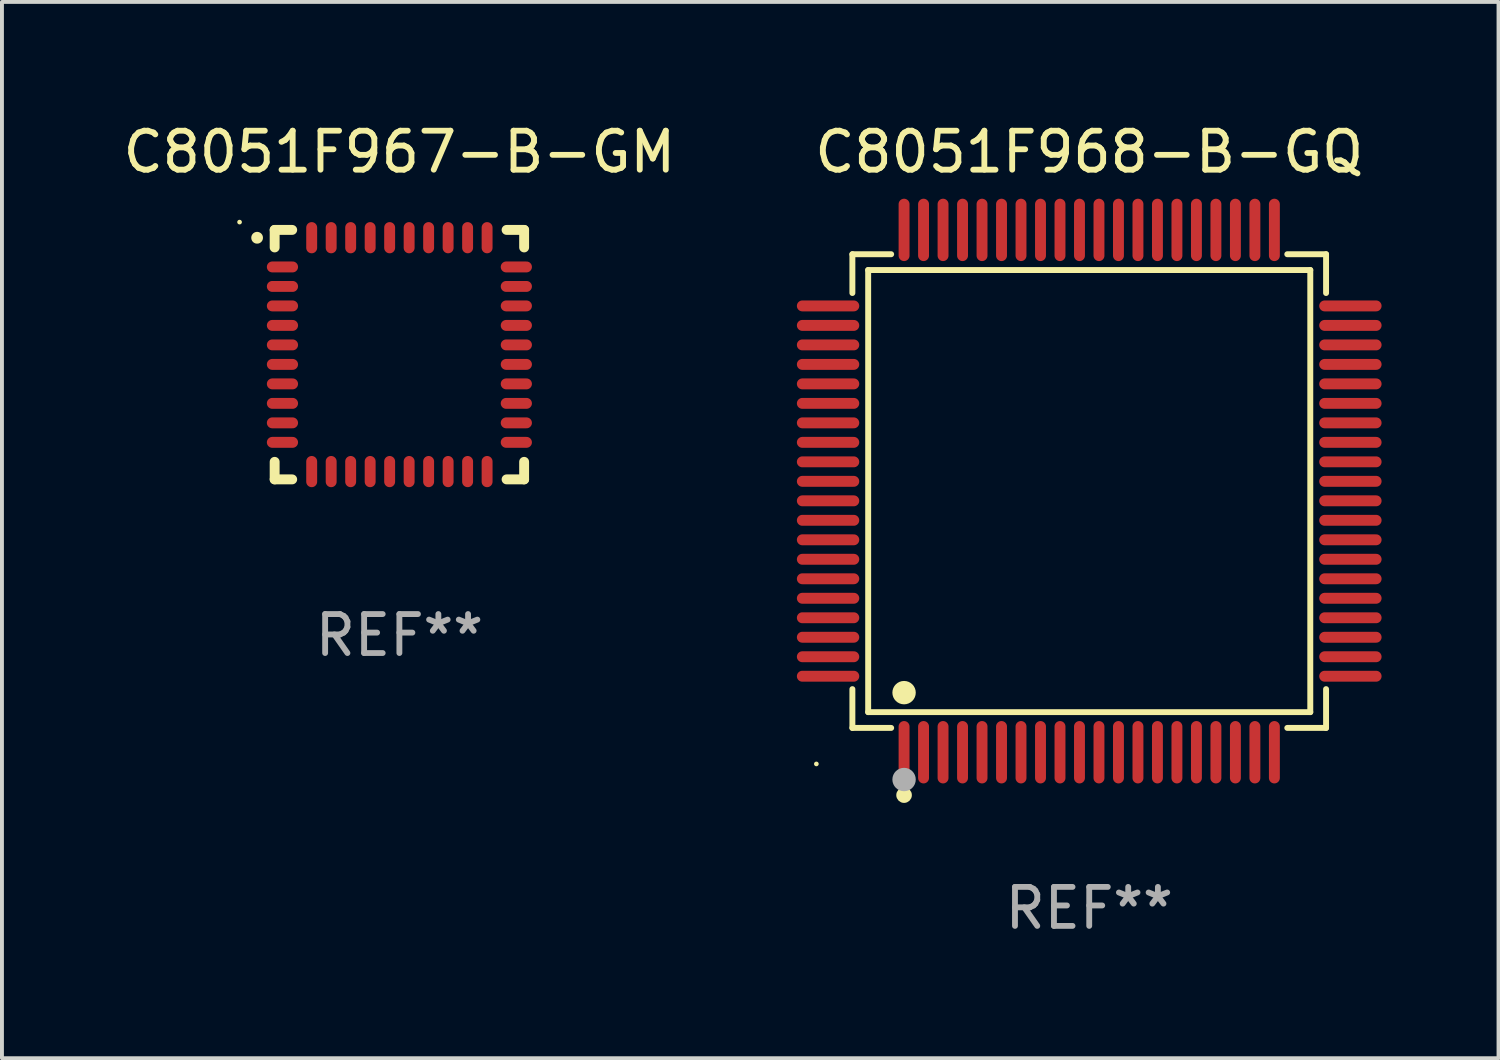
<source format=kicad_pcb>
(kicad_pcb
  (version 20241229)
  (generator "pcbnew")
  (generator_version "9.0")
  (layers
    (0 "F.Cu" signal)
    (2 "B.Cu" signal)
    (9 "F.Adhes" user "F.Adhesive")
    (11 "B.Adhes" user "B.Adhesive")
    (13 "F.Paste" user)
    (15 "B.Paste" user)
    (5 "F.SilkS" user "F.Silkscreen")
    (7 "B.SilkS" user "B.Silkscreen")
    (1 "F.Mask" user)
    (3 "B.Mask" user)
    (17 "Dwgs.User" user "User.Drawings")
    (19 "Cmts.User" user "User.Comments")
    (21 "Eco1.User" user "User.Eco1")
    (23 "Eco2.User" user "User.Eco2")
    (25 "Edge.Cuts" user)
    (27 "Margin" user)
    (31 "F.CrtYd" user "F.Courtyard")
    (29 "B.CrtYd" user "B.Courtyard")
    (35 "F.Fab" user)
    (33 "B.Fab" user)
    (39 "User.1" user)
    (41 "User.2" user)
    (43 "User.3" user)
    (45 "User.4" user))
  (footprint "C8051F968-B-GQ"
    (layer "F.Cu")
    (at 24.893 9.548)
    (property "Reference" "C8051F968-B-GQ" (at 0 -8.7 0) (layer "F.SilkS") (effects (font (size 1 1) (thickness 0.15))))
    (attr through_hole)
    (fp_line (start -6.076 -6.076) (end -5.081 -6.076) (stroke (width 0.152) (type solid)) (layer "F.SilkS"))
    (fp_line (start -6.076 -5.081) (end -6.076 -6.076) (stroke (width 0.152) (type solid)) (layer "F.SilkS"))
    (fp_line (start -6.076 5.081) (end -6.076 6.076) (stroke (width 0.152) (type solid)) (layer "F.SilkS"))
    (fp_line (start -6.076 6.076) (end -5.081 6.076) (stroke (width 0.152) (type solid)) (layer "F.SilkS"))
    (fp_line (start -5.671 -5.671) (end 5.671 -5.671) (stroke (width 0.152) (type solid)) (layer "F.SilkS"))
    (fp_line (start -5.671 5.671) (end -5.671 -5.671) (stroke (width 0.152) (type solid)) (layer "F.SilkS"))
    (fp_line (start 5.671 -5.671) (end 5.671 5.671) (stroke (width 0.152) (type solid)) (layer "F.SilkS"))
    (fp_line (start 5.671 5.671) (end -5.671 5.671) (stroke (width 0.152) (type solid)) (layer "F.SilkS"))
    (fp_line (start 6.076 -6.076) (end 5.081 -6.076) (stroke (width 0.152) (type solid)) (layer "F.SilkS"))
    (fp_line (start 6.076 -5.081) (end 6.076 -6.076) (stroke (width 0.152) (type solid)) (layer "F.SilkS"))
    (fp_line (start 6.076 5.081) (end 6.076 6.076) (stroke (width 0.152) (type solid)) (layer "F.SilkS"))
    (fp_line (start 6.076 6.076) (end 5.081 6.076) (stroke (width 0.152) (type solid)) (layer "F.SilkS"))
    (fp_circle (center -7 7) (end -6.97 7) (stroke (width 0.06) (type solid)) (fill no) (layer "F.SilkS"))
    (fp_circle (center -4.75 5.171) (end -4.6 5.171) (stroke (width 0.3) (type solid)) (fill no) (layer "F.SilkS"))
    (fp_circle (center -4.75 7.8) (end -4.65 7.8) (stroke (width 0.2) (type solid)) (fill no) (layer "F.SilkS"))
    (fp_circle (center -4.75 7.4) (end -4.6 7.4) (stroke (width 0.3) (type solid)) (fill no) (layer "F.Fab"))
    (fp_text user "REF**" (at 0 10.7 0) (layer "F.Fab") (effects (font (size 1 1) (thickness 0.15))))
    (pad "1" smd oval (at -4.75 6.7) (size 0.28 1.6) (layers "F.Cu" "F.Mask" "F.Paste"))
    (pad "2" smd oval (at -4.25 6.7) (size 0.28 1.6) (layers "F.Cu" "F.Mask" "F.Paste"))
    (pad "3" smd oval (at -3.75 6.7) (size 0.28 1.6) (layers "F.Cu" "F.Mask" "F.Paste"))
    (pad "4" smd oval (at -3.25 6.7) (size 0.28 1.6) (layers "F.Cu" "F.Mask" "F.Paste"))
    (pad "5" smd oval (at -2.75 6.7) (size 0.28 1.6) (layers "F.Cu" "F.Mask" "F.Paste"))
    (pad "6" smd oval (at -2.25 6.7) (size 0.28 1.6) (layers "F.Cu" "F.Mask" "F.Paste"))
    (pad "7" smd oval (at -1.75 6.7) (size 0.28 1.6) (layers "F.Cu" "F.Mask" "F.Paste"))
    (pad "8" smd oval (at -1.25 6.7) (size 0.28 1.6) (layers "F.Cu" "F.Mask" "F.Paste"))
    (pad "9" smd oval (at -0.75 6.7) (size 0.28 1.6) (layers "F.Cu" "F.Mask" "F.Paste"))
    (pad "10" smd oval (at -0.25 6.7) (size 0.28 1.6) (layers "F.Cu" "F.Mask" "F.Paste"))
    (pad "11" smd oval (at 0.25 6.7) (size 0.28 1.6) (layers "F.Cu" "F.Mask" "F.Paste"))
    (pad "12" smd oval (at 0.75 6.7) (size 0.28 1.6) (layers "F.Cu" "F.Mask" "F.Paste"))
    (pad "13" smd oval (at 1.25 6.7) (size 0.28 1.6) (layers "F.Cu" "F.Mask" "F.Paste"))
    (pad "14" smd oval (at 1.75 6.7) (size 0.28 1.6) (layers "F.Cu" "F.Mask" "F.Paste"))
    (pad "15" smd oval (at 2.25 6.7) (size 0.28 1.6) (layers "F.Cu" "F.Mask" "F.Paste"))
    (pad "16" smd oval (at 2.75 6.7) (size 0.28 1.6) (layers "F.Cu" "F.Mask" "F.Paste"))
    (pad "17" smd oval (at 3.25 6.7) (size 0.28 1.6) (layers "F.Cu" "F.Mask" "F.Paste"))
    (pad "18" smd oval (at 3.75 6.7) (size 0.28 1.6) (layers "F.Cu" "F.Mask" "F.Paste"))
    (pad "19" smd oval (at 4.25 6.7) (size 0.28 1.6) (layers "F.Cu" "F.Mask" "F.Paste"))
    (pad "20" smd oval (at 4.75 6.7) (size 0.28 1.6) (layers "F.Cu" "F.Mask" "F.Paste"))
    (pad "21" smd oval (at 6.7 4.75) (size 1.6 0.28) (layers "F.Cu" "F.Mask" "F.Paste"))
    (pad "22" smd oval (at 6.7 4.25) (size 1.6 0.28) (layers "F.Cu" "F.Mask" "F.Paste"))
    (pad "23" smd oval (at 6.7 3.75) (size 1.6 0.28) (layers "F.Cu" "F.Mask" "F.Paste"))
    (pad "24" smd oval (at 6.7 3.25) (size 1.6 0.28) (layers "F.Cu" "F.Mask" "F.Paste"))
    (pad "25" smd oval (at 6.7 2.75) (size 1.6 0.28) (layers "F.Cu" "F.Mask" "F.Paste"))
    (pad "26" smd oval (at 6.7 2.25) (size 1.6 0.28) (layers "F.Cu" "F.Mask" "F.Paste"))
    (pad "27" smd oval (at 6.7 1.75) (size 1.6 0.28) (layers "F.Cu" "F.Mask" "F.Paste"))
    (pad "28" smd oval (at 6.7 1.25) (size 1.6 0.28) (layers "F.Cu" "F.Mask" "F.Paste"))
    (pad "29" smd oval (at 6.7 0.75) (size 1.6 0.28) (layers "F.Cu" "F.Mask" "F.Paste"))
    (pad "30" smd oval (at 6.7 0.25) (size 1.6 0.28) (layers "F.Cu" "F.Mask" "F.Paste"))
    (pad "31" smd oval (at 6.7 -0.25) (size 1.6 0.28) (layers "F.Cu" "F.Mask" "F.Paste"))
    (pad "32" smd oval (at 6.7 -0.75) (size 1.6 0.28) (layers "F.Cu" "F.Mask" "F.Paste"))
    (pad "33" smd oval (at 6.7 -1.25) (size 1.6 0.28) (layers "F.Cu" "F.Mask" "F.Paste"))
    (pad "34" smd oval (at 6.7 -1.75) (size 1.6 0.28) (layers "F.Cu" "F.Mask" "F.Paste"))
    (pad "35" smd oval (at 6.7 -2.25) (size 1.6 0.28) (layers "F.Cu" "F.Mask" "F.Paste"))
    (pad "36" smd oval (at 6.7 -2.75) (size 1.6 0.28) (layers "F.Cu" "F.Mask" "F.Paste"))
    (pad "37" smd oval (at 6.7 -3.25) (size 1.6 0.28) (layers "F.Cu" "F.Mask" "F.Paste"))
    (pad "38" smd oval (at 6.7 -3.75) (size 1.6 0.28) (layers "F.Cu" "F.Mask" "F.Paste"))
    (pad "39" smd oval (at 6.7 -4.25) (size 1.6 0.28) (layers "F.Cu" "F.Mask" "F.Paste"))
    (pad "40" smd oval (at 6.7 -4.75) (size 1.6 0.28) (layers "F.Cu" "F.Mask" "F.Paste"))
    (pad "41" smd oval (at 4.75 -6.7) (size 0.28 1.6) (layers "F.Cu" "F.Mask" "F.Paste"))
    (pad "42" smd oval (at 4.25 -6.7) (size 0.28 1.6) (layers "F.Cu" "F.Mask" "F.Paste"))
    (pad "43" smd oval (at 3.75 -6.7) (size 0.28 1.6) (layers "F.Cu" "F.Mask" "F.Paste"))
    (pad "44" smd oval (at 3.25 -6.7) (size 0.28 1.6) (layers "F.Cu" "F.Mask" "F.Paste"))
    (pad "45" smd oval (at 2.75 -6.7) (size 0.28 1.6) (layers "F.Cu" "F.Mask" "F.Paste"))
    (pad "46" smd oval (at 2.25 -6.7) (size 0.28 1.6) (layers "F.Cu" "F.Mask" "F.Paste"))
    (pad "47" smd oval (at 1.75 -6.7) (size 0.28 1.6) (layers "F.Cu" "F.Mask" "F.Paste"))
    (pad "48" smd oval (at 1.25 -6.7) (size 0.28 1.6) (layers "F.Cu" "F.Mask" "F.Paste"))
    (pad "49" smd oval (at 0.75 -6.7) (size 0.28 1.6) (layers "F.Cu" "F.Mask" "F.Paste"))
    (pad "50" smd oval (at 0.25 -6.7) (size 0.28 1.6) (layers "F.Cu" "F.Mask" "F.Paste"))
    (pad "51" smd oval (at -0.25 -6.7) (size 0.28 1.6) (layers "F.Cu" "F.Mask" "F.Paste"))
    (pad "52" smd oval (at -0.75 -6.7) (size 0.28 1.6) (layers "F.Cu" "F.Mask" "F.Paste"))
    (pad "53" smd oval (at -1.25 -6.7) (size 0.28 1.6) (layers "F.Cu" "F.Mask" "F.Paste"))
    (pad "54" smd oval (at -1.75 -6.7) (size 0.28 1.6) (layers "F.Cu" "F.Mask" "F.Paste"))
    (pad "55" smd oval (at -2.25 -6.7) (size 0.28 1.6) (layers "F.Cu" "F.Mask" "F.Paste"))
    (pad "56" smd oval (at -2.75 -6.7) (size 0.28 1.6) (layers "F.Cu" "F.Mask" "F.Paste"))
    (pad "57" smd oval (at -3.25 -6.7) (size 0.28 1.6) (layers "F.Cu" "F.Mask" "F.Paste"))
    (pad "58" smd oval (at -3.75 -6.7) (size 0.28 1.6) (layers "F.Cu" "F.Mask" "F.Paste"))
    (pad "59" smd oval (at -4.25 -6.7) (size 0.28 1.6) (layers "F.Cu" "F.Mask" "F.Paste"))
    (pad "60" smd oval (at -4.75 -6.7) (size 0.28 1.6) (layers "F.Cu" "F.Mask" "F.Paste"))
    (pad "61" smd oval (at -6.7 -4.75) (size 1.6 0.28) (layers "F.Cu" "F.Mask" "F.Paste"))
    (pad "62" smd oval (at -6.7 -4.25) (size 1.6 0.28) (layers "F.Cu" "F.Mask" "F.Paste"))
    (pad "63" smd oval (at -6.7 -3.75) (size 1.6 0.28) (layers "F.Cu" "F.Mask" "F.Paste"))
    (pad "64" smd oval (at -6.7 -3.25) (size 1.6 0.28) (layers "F.Cu" "F.Mask" "F.Paste"))
    (pad "65" smd oval (at -6.7 -2.75) (size 1.6 0.28) (layers "F.Cu" "F.Mask" "F.Paste"))
    (pad "66" smd oval (at -6.7 -2.25) (size 1.6 0.28) (layers "F.Cu" "F.Mask" "F.Paste"))
    (pad "67" smd oval (at -6.7 -1.75) (size 1.6 0.28) (layers "F.Cu" "F.Mask" "F.Paste"))
    (pad "68" smd oval (at -6.7 -1.25) (size 1.6 0.28) (layers "F.Cu" "F.Mask" "F.Paste"))
    (pad "69" smd oval (at -6.7 -0.75) (size 1.6 0.28) (layers "F.Cu" "F.Mask" "F.Paste"))
    (pad "70" smd oval (at -6.7 -0.25) (size 1.6 0.28) (layers "F.Cu" "F.Mask" "F.Paste"))
    (pad "71" smd oval (at -6.7 0.25) (size 1.6 0.28) (layers "F.Cu" "F.Mask" "F.Paste"))
    (pad "72" smd oval (at -6.7 0.75) (size 1.6 0.28) (layers "F.Cu" "F.Mask" "F.Paste"))
    (pad "73" smd oval (at -6.7 1.25) (size 1.6 0.28) (layers "F.Cu" "F.Mask" "F.Paste"))
    (pad "74" smd oval (at -6.7 1.75) (size 1.6 0.28) (layers "F.Cu" "F.Mask" "F.Paste"))
    (pad "75" smd oval (at -6.7 2.25) (size 1.6 0.28) (layers "F.Cu" "F.Mask" "F.Paste"))
    (pad "76" smd oval (at -6.7 2.75) (size 1.6 0.28) (layers "F.Cu" "F.Mask" "F.Paste"))
    (pad "77" smd oval (at -6.7 3.25) (size 1.6 0.28) (layers "F.Cu" "F.Mask" "F.Paste"))
    (pad "78" smd oval (at -6.7 3.75) (size 1.6 0.28) (layers "F.Cu" "F.Mask" "F.Paste"))
    (pad "79" smd oval (at -6.7 4.25) (size 1.6 0.28) (layers "F.Cu" "F.Mask" "F.Paste"))
    (pad "80" smd oval (at -6.7 4.75) (size 1.6 0.28) (layers "F.Cu" "F.Mask" "F.Paste")))
  (footprint "C8051F967-B-GM"
    (layer "F.Cu")
    (at 7.196 6.048)
    (property "Reference" "C8051F967-B-GM" (at 0 -5.2 0) (layer "F.SilkS") (effects (font (size 1 1) (thickness 0.15))))
    (attr through_hole)
    (fp_line (start -3.2 -3.2) (end -2.75 -3.2) (stroke (width 0.254) (type solid)) (layer "F.SilkS"))
    (fp_line (start -3.2 -2.75) (end -3.2 -3.2) (stroke (width 0.254) (type solid)) (layer "F.SilkS"))
    (fp_line (start -3.2 3.2) (end -3.2 2.75) (stroke (width 0.254) (type solid)) (layer "F.SilkS"))
    (fp_line (start -2.75 3.2) (end -3.2 3.2) (stroke (width 0.254) (type solid)) (layer "F.SilkS"))
    (fp_line (start 2.75 3.2) (end 3.2 3.2) (stroke (width 0.254) (type solid)) (layer "F.SilkS"))
    (fp_line (start 3.2 -3.2) (end 2.75 -3.2) (stroke (width 0.254) (type solid)) (layer "F.SilkS"))
    (fp_line (start 3.2 -2.75) (end 3.2 -3.2) (stroke (width 0.254) (type solid)) (layer "F.SilkS"))
    (fp_line (start 3.2 3.2) (end 3.2 2.75) (stroke (width 0.254) (type solid)) (layer "F.SilkS"))
    (fp_arc (start -3.649987 -2.997206) (mid -3.649992 -2.998476) (end -3.649987 -2.999746) (stroke (width 0.3) (type solid)) (layer "F.SilkS"))
    (fp_circle (center -4.1 -3.4) (end -4.07 -3.4) (stroke (width 0.06) (type solid)) (fill no) (layer "F.SilkS"))
    (fp_text user "REF**" (at 0 7.2 0) (layer "F.Fab") (effects (font (size 1 1) (thickness 0.15))))
    (pad "1" smd oval (at -3 -2.25 90) (size 0.28 0.8) (layers "F.Cu" "F.Mask" "F.Paste"))
    (pad "2" smd oval (at -3 -1.75 90) (size 0.28 0.8) (layers "F.Cu" "F.Mask" "F.Paste"))
    (pad "3" smd oval (at -3 -1.25 90) (size 0.28 0.8) (layers "F.Cu" "F.Mask" "F.Paste"))
    (pad "4" smd oval (at -3 -0.75 90) (size 0.28 0.8) (layers "F.Cu" "F.Mask" "F.Paste"))
    (pad "5" smd oval (at -3 -0.25 90) (size 0.28 0.8) (layers "F.Cu" "F.Mask" "F.Paste"))
    (pad "6" smd oval (at -3 0.25 90) (size 0.28 0.8) (layers "F.Cu" "F.Mask" "F.Paste"))
    (pad "7" smd oval (at -3 0.75 90) (size 0.28 0.8) (layers "F.Cu" "F.Mask" "F.Paste"))
    (pad "8" smd oval (at -3 1.25 90) (size 0.28 0.8) (layers "F.Cu" "F.Mask" "F.Paste"))
    (pad "9" smd oval (at -3 1.75 90) (size 0.28 0.8) (layers "F.Cu" "F.Mask" "F.Paste"))
    (pad "10" smd oval (at -3 2.25 90) (size 0.28 0.8) (layers "F.Cu" "F.Mask" "F.Paste"))
    (pad "11" smd oval (at -2.25 3) (size 0.28 0.8) (layers "F.Cu" "F.Mask" "F.Paste"))
    (pad "12" smd oval (at -1.75 3) (size 0.28 0.8) (layers "F.Cu" "F.Mask" "F.Paste"))
    (pad "13" smd oval (at -1.25 3) (size 0.28 0.8) (layers "F.Cu" "F.Mask" "F.Paste"))
    (pad "14" smd oval (at -0.75 3) (size 0.28 0.8) (layers "F.Cu" "F.Mask" "F.Paste"))
    (pad "15" smd oval (at -0.25 3) (size 0.28 0.8) (layers "F.Cu" "F.Mask" "F.Paste"))
    (pad "16" smd oval (at 0.25 3) (size 0.28 0.8) (layers "F.Cu" "F.Mask" "F.Paste"))
    (pad "17" smd oval (at 0.75 3) (size 0.28 0.8) (layers "F.Cu" "F.Mask" "F.Paste"))
    (pad "18" smd oval (at 1.25 3) (size 0.28 0.8) (layers "F.Cu" "F.Mask" "F.Paste"))
    (pad "19" smd oval (at 1.75 3) (size 0.28 0.8) (layers "F.Cu" "F.Mask" "F.Paste"))
    (pad "20" smd oval (at 2.25 3) (size 0.28 0.8) (layers "F.Cu" "F.Mask" "F.Paste"))
    (pad "21" smd oval (at 3 2.25 90) (size 0.28 0.8) (layers "F.Cu" "F.Mask" "F.Paste"))
    (pad "22" smd oval (at 3 1.75 90) (size 0.28 0.8) (layers "F.Cu" "F.Mask" "F.Paste"))
    (pad "23" smd oval (at 3 1.25 90) (size 0.28 0.8) (layers "F.Cu" "F.Mask" "F.Paste"))
    (pad "24" smd oval (at 3 0.75 90) (size 0.28 0.8) (layers "F.Cu" "F.Mask" "F.Paste"))
    (pad "25" smd oval (at 3 0.25 90) (size 0.28 0.8) (layers "F.Cu" "F.Mask" "F.Paste"))
    (pad "26" smd oval (at 3 -0.25 90) (size 0.28 0.8) (layers "F.Cu" "F.Mask" "F.Paste"))
    (pad "27" smd oval (at 3 -0.75 90) (size 0.28 0.8) (layers "F.Cu" "F.Mask" "F.Paste"))
    (pad "28" smd oval (at 3 -1.25 90) (size 0.28 0.8) (layers "F.Cu" "F.Mask" "F.Paste"))
    (pad "29" smd oval (at 3 -1.75 90) (size 0.28 0.8) (layers "F.Cu" "F.Mask" "F.Paste"))
    (pad "30" smd oval (at 3 -2.25 90) (size 0.28 0.8) (layers "F.Cu" "F.Mask" "F.Paste"))
    (pad "31" smd oval (at 2.25 -3) (size 0.28 0.8) (layers "F.Cu" "F.Mask" "F.Paste"))
    (pad "32" smd oval (at 1.75 -3) (size 0.28 0.8) (layers "F.Cu" "F.Mask" "F.Paste"))
    (pad "33" smd oval (at 1.25 -3) (size 0.28 0.8) (layers "F.Cu" "F.Mask" "F.Paste"))
    (pad "34" smd oval (at 0.75 -3) (size 0.28 0.8) (layers "F.Cu" "F.Mask" "F.Paste"))
    (pad "35" smd oval (at 0.25 -3) (size 0.28 0.8) (layers "F.Cu" "F.Mask" "F.Paste"))
    (pad "36" smd oval (at -0.25 -3) (size 0.28 0.8) (layers "F.Cu" "F.Mask" "F.Paste"))
    (pad "37" smd oval (at -0.75 -3) (size 0.28 0.8) (layers "F.Cu" "F.Mask" "F.Paste"))
    (pad "38" smd oval (at -1.25 -3) (size 0.28 0.8) (layers "F.Cu" "F.Mask" "F.Paste"))
    (pad "39" smd oval (at -1.75 -3) (size 0.28 0.8) (layers "F.Cu" "F.Mask" "F.Paste"))
    (pad "40" smd oval (at -2.25 -3) (size 0.28 0.8) (layers "F.Cu" "F.Mask" "F.Paste")))
  (gr_rect
    (start -3 -3)
    (end 35.393 24.097)
    (stroke (width 0.1) (type default))
    (fill no)
    (layer "Edge.Cuts")))
</source>
